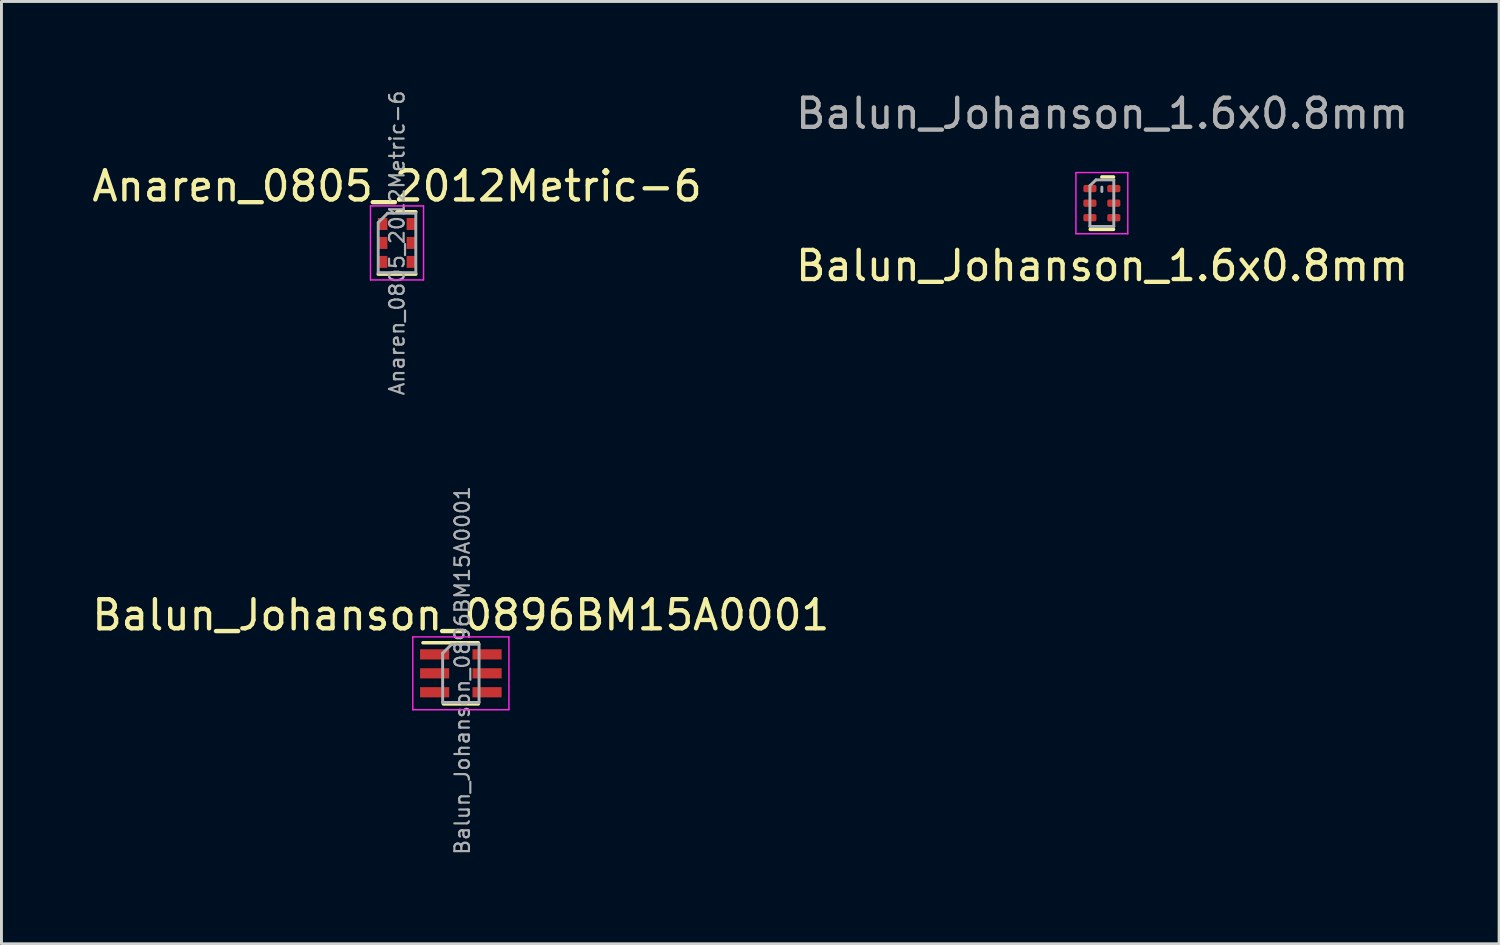
<source format=kicad_pcb>
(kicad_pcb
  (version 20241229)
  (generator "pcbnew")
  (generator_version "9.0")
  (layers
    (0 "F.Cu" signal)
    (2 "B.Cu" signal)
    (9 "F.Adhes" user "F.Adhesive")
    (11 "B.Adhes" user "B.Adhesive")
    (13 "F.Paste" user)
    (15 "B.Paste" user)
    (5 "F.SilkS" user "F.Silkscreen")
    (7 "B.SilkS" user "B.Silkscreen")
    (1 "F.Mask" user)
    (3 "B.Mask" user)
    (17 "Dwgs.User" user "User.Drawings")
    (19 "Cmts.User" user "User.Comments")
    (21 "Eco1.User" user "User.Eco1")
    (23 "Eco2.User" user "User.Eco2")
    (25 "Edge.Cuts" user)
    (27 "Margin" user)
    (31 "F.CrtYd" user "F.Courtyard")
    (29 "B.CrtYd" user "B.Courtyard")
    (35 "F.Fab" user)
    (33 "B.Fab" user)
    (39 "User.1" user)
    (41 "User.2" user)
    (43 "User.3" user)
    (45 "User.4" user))
  (footprint "Anaren_0805_2012Metric-6"
    (layer "F.Cu")
    (at 10.577 5.289)
    (property "Reference" "Anaren_0805_2012Metric-6" (at 0 -1.95 0) (layer "F.SilkS") (effects (font (size 1 1) (thickness 0.15))))
    (attr smd)
    (fp_line (start -0.645 1.07) (end 0.645 1.07) (stroke (width 0.12) (type solid)) (layer "F.SilkS"))
    (fp_line (start 0 -1.07) (end 0.645 -1.07) (stroke (width 0.12) (type solid)) (layer "F.SilkS"))
    (fp_line (start -0.91 -1.27) (end 0.91 -1.27) (stroke (width 0.05) (type solid)) (layer "F.CrtYd"))
    (fp_line (start -0.91 1.27) (end -0.91 -1.27) (stroke (width 0.05) (type solid)) (layer "F.CrtYd"))
    (fp_line (start 0.91 -1.27) (end 0.91 1.27) (stroke (width 0.05) (type solid)) (layer "F.CrtYd"))
    (fp_line (start 0.91 1.27) (end -0.91 1.27) (stroke (width 0.05) (type solid)) (layer "F.CrtYd"))
    (fp_line (start -0.645 -0.698) (end -0.645 1.02) (stroke (width 0.1) (type solid)) (layer "F.Fab"))
    (fp_line (start -0.645 -0.698) (end -0.323 -1.02) (stroke (width 0.1) (type solid)) (layer "F.Fab"))
    (fp_line (start -0.645 1.02) (end 0.645 1.02) (stroke (width 0.1) (type solid)) (layer "F.Fab"))
    (fp_line (start 0.645 -1.02) (end -0.323 -1.02) (stroke (width 0.1) (type solid)) (layer "F.Fab"))
    (fp_line (start 0.645 1.02) (end 0.645 -1.02) (stroke (width 0.1) (type solid)) (layer "F.Fab"))
    (fp_text user "${REFERENCE}" (at 0 0 90) (layer "F.Fab") (effects (font (size 0.5 0.5) (thickness 0.075))))
    (pad "1" smd rect (at -0.495 -0.65 270) (size 0.41 0.33) (layers "F.Cu" "F.Mask" "F.Paste"))
    (pad "2" smd rect (at -0.495 0 270) (size 0.41 0.33) (layers "F.Cu" "F.Mask" "F.Paste"))
    (pad "3" smd rect (at -0.495 0.65 270) (size 0.41 0.33) (layers "F.Cu" "F.Mask" "F.Paste"))
    (pad "4" smd rect (at 0.495 0.65 270) (size 0.41 0.33) (layers "F.Cu" "F.Mask" "F.Paste"))
    (pad "5" smd rect (at 0.495 0 270) (size 0.41 0.33) (layers "F.Cu" "F.Mask" "F.Paste"))
    (pad "6" smd rect (at 0.495 -0.65 270) (size 0.41 0.33) (layers "F.Cu" "F.Mask" "F.Paste")))
  (footprint "Balun_Johanson_0896BM15A0001"
    (layer "F.Cu")
    (at 12.768 20.061)
    (property "Reference" "Balun_Johanson_0896BM15A0001" (at 0 -2 0) (layer "F.SilkS") (effects (font (size 1 1) (thickness 0.15))))
    (attr smd)
    (fp_line (start -1.3 -1.05) (end 0.6 -1.05) (stroke (width 0.12) (type solid)) (layer "F.SilkS"))
    (fp_line (start -0.6 1.05) (end 0.6 1.05) (stroke (width 0.12) (type solid)) (layer "F.SilkS"))
    (fp_line (start -1.65 -1.25) (end -1.65 1.25) (stroke (width 0.05) (type solid)) (layer "F.CrtYd"))
    (fp_line (start -1.65 1.25) (end 1.65 1.25) (stroke (width 0.05) (type solid)) (layer "F.CrtYd"))
    (fp_line (start 1.65 -1.25) (end -1.65 -1.25) (stroke (width 0.05) (type solid)) (layer "F.CrtYd"))
    (fp_line (start 1.65 1.25) (end 1.65 -1.25) (stroke (width 0.05) (type solid)) (layer "F.CrtYd"))
    (fp_line (start -0.625 1) (end -0.625 -0.688) (stroke (width 0.1) (type solid)) (layer "F.Fab"))
    (fp_line (start -0.312 -1) (end -0.625 -0.688) (stroke (width 0.1) (type solid)) (layer "F.Fab"))
    (fp_line (start -0.312 -1) (end 0.625 -1) (stroke (width 0.1) (type solid)) (layer "F.Fab"))
    (fp_line (start 0.625 -1) (end 0.625 1) (stroke (width 0.1) (type solid)) (layer "F.Fab"))
    (fp_line (start 0.625 1) (end -0.625 1) (stroke (width 0.1) (type solid)) (layer "F.Fab"))
    (fp_text user "${REFERENCE}" (at 0.05 -0.1 90) (layer "F.Fab") (effects (font (size 0.5 0.5) (thickness 0.075))))
    (pad "1" smd rect (at -0.9 -0.65) (size 1 0.35) (layers "F.Cu" "F.Mask" "F.Paste"))
    (pad "2" smd rect (at -0.9 0) (size 1 0.35) (layers "F.Cu" "F.Mask" "F.Paste"))
    (pad "3" smd rect (at -0.9 0.65) (size 1 0.35) (layers "F.Cu" "F.Mask" "F.Paste"))
    (pad "4" smd rect (at 0.9 0.65) (size 1 0.35) (layers "F.Cu" "F.Mask" "F.Paste"))
    (pad "5" smd rect (at 0.9 0) (size 1 0.35) (layers "F.Cu" "F.Mask" "F.Paste"))
    (pad "6" smd rect (at 0.9 -0.65) (size 1 0.35) (layers "F.Cu" "F.Mask" "F.Paste")))
  (footprint "Balun_Johanson_1.6x0.8mm"
    (layer "F.Cu")
    (at 34.77 3.923)
    (property "Reference" "Balun_Johanson_1.6x0.8mm" (at 0.01 2.15 0) (layer "F.SilkS") (effects (font (size 1 1) (thickness 0.15))))
    (attr smd)
    (fp_line (start -0.4 0.9) (end 0.4 0.9) (stroke (width 0.12) (type solid)) (layer "F.SilkS"))
    (fp_line (start 0 -0.9) (end 0.4 -0.9) (stroke (width 0.12) (type solid)) (layer "F.SilkS"))
    (fp_line (start -0.89 -1.05) (end 0.89 -1.05) (stroke (width 0.05) (type solid)) (layer "F.CrtYd"))
    (fp_line (start -0.89 1.05) (end -0.89 -1.05) (stroke (width 0.05) (type solid)) (layer "F.CrtYd"))
    (fp_line (start 0.89 -1.05) (end 0.89 1.05) (stroke (width 0.05) (type solid)) (layer "F.CrtYd"))
    (fp_line (start 0.89 1.05) (end -0.89 1.05) (stroke (width 0.05) (type solid)) (layer "F.CrtYd"))
    (fp_line (start -0.41 -0.6) (end -0.41 0.8) (stroke (width 0.1) (type solid)) (layer "F.Fab"))
    (fp_line (start -0.41 -0.6) (end -0.2 -0.8) (stroke (width 0.1) (type solid)) (layer "F.Fab"))
    (fp_line (start -0.41 0.8) (end 0.41 0.8) (stroke (width 0.1) (type solid)) (layer "F.Fab"))
    (fp_line (start 0 -0.55) (end 0 -0.4) (stroke (width 0.1) (type solid)) (layer "F.Fab"))
    (fp_line (start 0.41 -0.8) (end -0.2 -0.8) (stroke (width 0.1) (type solid)) (layer "F.Fab"))
    (fp_line (start 0.41 0.8) (end 0.41 -0.8) (stroke (width 0.1) (type solid)) (layer "F.Fab"))
    (fp_text user "${REFERENCE}" (at 0.01 -3.075 0) (layer "F.Fab") (effects (font (size 1 1) (thickness 0.15))))
    (pad "1" smd roundrect (at -0.41 -0.5 180) (size 0.45 0.25) (layers "F.Cu" "F.Mask" "F.Paste") (roundrect_rratio 0.25))
    (pad "2" smd roundrect (at -0.41 0) (size 0.45 0.25) (layers "F.Cu" "F.Mask" "F.Paste") (roundrect_rratio 0.25))
    (pad "3" smd roundrect (at -0.41 0.5) (size 0.45 0.25) (layers "F.Cu" "F.Mask" "F.Paste") (roundrect_rratio 0.25))
    (pad "4" smd roundrect (at 0.41 0.5) (size 0.45 0.25) (layers "F.Cu" "F.Mask" "F.Paste") (roundrect_rratio 0.25))
    (pad "5" smd roundrect (at 0.41 0) (size 0.45 0.25) (layers "F.Cu" "F.Mask" "F.Paste") (roundrect_rratio 0.25))
    (pad "6" smd roundrect (at 0.41 -0.5) (size 0.45 0.25) (layers "F.Cu" "F.Mask" "F.Paste") (roundrect_rratio 0.25)))
  (gr_rect
    (start -3 -3)
    (end 48.405 29.345)
    (stroke (width 0.1) (type default))
    (fill no)
    (layer "Edge.Cuts")))
</source>
